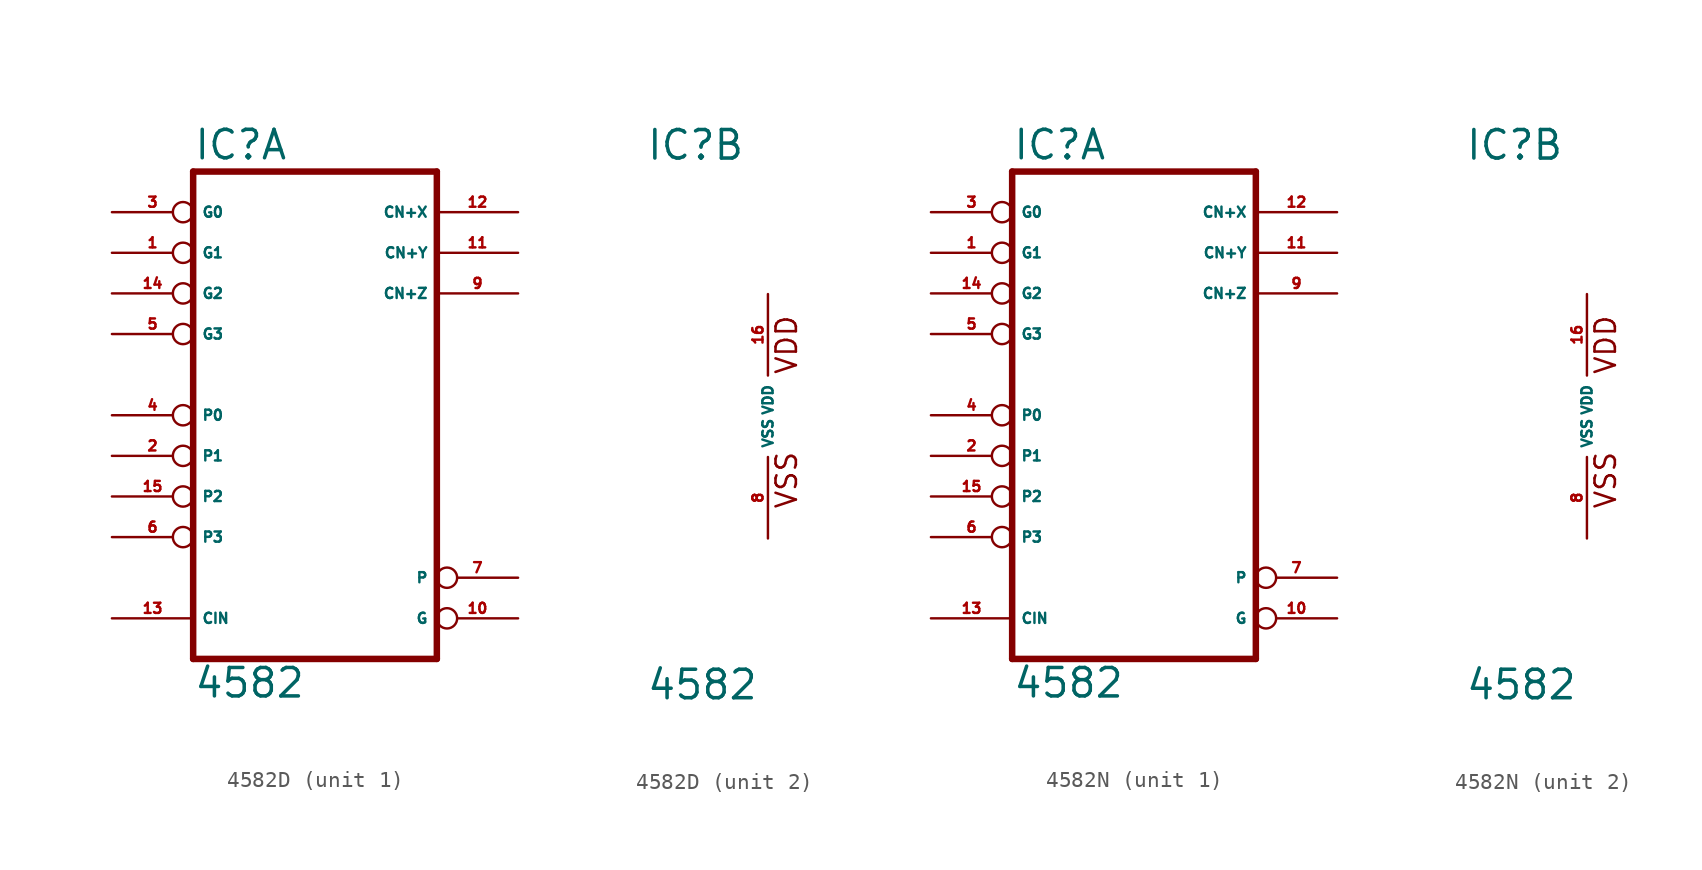
<source format=kicad_sym>
(kicad_symbol_lib
  (version 20220914)
  (generator Eagle2Kicad)
  (symbol "4582D"
    (property "Reference" "IC"
      (at -7.62 15.875 0)
      (effects (font (size 1.778 1.778) (thickness 0.22)) (justify left bottom)))
    (property "Value" "4582"
      (at -7.62 -17.78 0)
      (effects (font (size 1.778 1.778) (thickness 0.22)) (justify left bottom)))
    (symbol "4582D_1_0"
      (polyline (pts (xy -7.62 -15.24) (xy 7.62 -15.24)) (stroke (width 0.406) (type default)) (fill (type none)))
      (polyline (pts (xy 7.62 -15.24) (xy 7.62 15.24)) (stroke (width 0.406) (type default)) (fill (type none)))
      (polyline (pts (xy 7.62 15.24) (xy -7.62 15.24)) (stroke (width 0.406) (type default)) (fill (type none)))
      (polyline (pts (xy -7.62 15.24) (xy -7.62 -15.24)) (stroke (width 0.406) (type default)) (fill (type none)))
      (pin input inverted (at -12.7 10.16 0) (length 5.08) (name "G1" (effects (font (size 0.635 0.635) (thickness 0.08)) (justify left bottom))) (number "1" (effects (font (size 0.635 0.635) (thickness 0.08)) (justify left bottom))))
      (pin input inverted (at -12.7 -2.54 0) (length 5.08) (name "P1" (effects (font (size 0.635 0.635) (thickness 0.08)) (justify left bottom))) (number "2" (effects (font (size 0.635 0.635) (thickness 0.08)) (justify left bottom))))
      (pin input inverted (at -12.7 12.7 0) (length 5.08) (name "G0" (effects (font (size 0.635 0.635) (thickness 0.08)) (justify left bottom))) (number "3" (effects (font (size 0.635 0.635) (thickness 0.08)) (justify left bottom))))
      (pin input inverted (at -12.7 0 0) (length 5.08) (name "P0" (effects (font (size 0.635 0.635) (thickness 0.08)) (justify left bottom))) (number "4" (effects (font (size 0.635 0.635) (thickness 0.08)) (justify left bottom))))
      (pin input inverted (at -12.7 5.08 0) (length 5.08) (name "G3" (effects (font (size 0.635 0.635) (thickness 0.08)) (justify left bottom))) (number "5" (effects (font (size 0.635 0.635) (thickness 0.08)) (justify left bottom))))
      (pin input inverted (at -12.7 -7.62 0) (length 5.08) (name "P3" (effects (font (size 0.635 0.635) (thickness 0.08)) (justify left bottom))) (number "6" (effects (font (size 0.635 0.635) (thickness 0.08)) (justify left bottom))))
      (pin output inverted (at 12.7 -10.16 180) (length 5.08) (name "P" (effects (font (size 0.635 0.635) (thickness 0.08)) (justify left bottom))) (number "7" (effects (font (size 0.635 0.635) (thickness 0.08)) (justify left bottom))))
      (pin output line (at 12.7 7.62 180) (length 5.08) (name "CN+Z" (effects (font (size 0.635 0.635) (thickness 0.08)) (justify left bottom))) (number "9" (effects (font (size 0.635 0.635) (thickness 0.08)) (justify left bottom))))
      (pin output inverted (at 12.7 -12.7 180) (length 5.08) (name "G" (effects (font (size 0.635 0.635) (thickness 0.08)) (justify left bottom))) (number "10" (effects (font (size 0.635 0.635) (thickness 0.08)) (justify left bottom))))
      (pin output line (at 12.7 10.16 180) (length 5.08) (name "CN+Y" (effects (font (size 0.635 0.635) (thickness 0.08)) (justify left bottom))) (number "11" (effects (font (size 0.635 0.635) (thickness 0.08)) (justify left bottom))))
      (pin output line (at 12.7 12.7 180) (length 5.08) (name "CN+X" (effects (font (size 0.635 0.635) (thickness 0.08)) (justify left bottom))) (number "12" (effects (font (size 0.635 0.635) (thickness 0.08)) (justify left bottom))))
      (pin input line (at -12.7 -12.7 0) (length 5.08) (name "CIN" (effects (font (size 0.635 0.635) (thickness 0.08)) (justify left bottom))) (number "13" (effects (font (size 0.635 0.635) (thickness 0.08)) (justify left bottom))))
      (pin input inverted (at -12.7 7.62 0) (length 5.08) (name "G2" (effects (font (size 0.635 0.635) (thickness 0.08)) (justify left bottom))) (number "14" (effects (font (size 0.635 0.635) (thickness 0.08)) (justify left bottom))))
      (pin input inverted (at -12.7 -5.08 0) (length 5.08) (name "P2" (effects (font (size 0.635 0.635) (thickness 0.08)) (justify left bottom))) (number "15" (effects (font (size 0.635 0.635) (thickness 0.08)) (justify left bottom)))))
    (symbol "4582D_2_0"
      (text "VDD" (at 1.905 2.54 900) (effects (font (size 1.27 1.27) (thickness 0.16)) (justify left bottom)))
      (text "VSS" (at 1.905 -5.842 900) (effects (font (size 1.27 1.27) (thickness 0.16)) (justify left bottom)))
      (pin unspecified line (at 0 -7.62 90) (length 5.08) (name "VSS" (effects (font (size 0.635 0.635) (thickness 0.08)) (justify left bottom))) (number "8" (effects (font (size 0.635 0.635) (thickness 0.08)) (justify left bottom))))
      (pin unspecified line (at 0 7.62 270) (length 5.08) (name "VDD" (effects (font (size 0.635 0.635) (thickness 0.08)) (justify left bottom))) (number "16" (effects (font (size 0.635 0.635) (thickness 0.08)) (justify left bottom))))))
  (symbol "4582N"
    (property "Reference" "IC"
      (at -7.62 15.875 0)
      (effects (font (size 1.778 1.778) (thickness 0.22)) (justify left bottom)))
    (property "Value" "4582"
      (at -7.62 -17.78 0)
      (effects (font (size 1.778 1.778) (thickness 0.22)) (justify left bottom)))
    (symbol "4582N_1_0"
      (polyline (pts (xy -7.62 -15.24) (xy 7.62 -15.24)) (stroke (width 0.406) (type default)) (fill (type none)))
      (polyline (pts (xy 7.62 -15.24) (xy 7.62 15.24)) (stroke (width 0.406) (type default)) (fill (type none)))
      (polyline (pts (xy 7.62 15.24) (xy -7.62 15.24)) (stroke (width 0.406) (type default)) (fill (type none)))
      (polyline (pts (xy -7.62 15.24) (xy -7.62 -15.24)) (stroke (width 0.406) (type default)) (fill (type none)))
      (pin input inverted (at -12.7 10.16 0) (length 5.08) (name "G1" (effects (font (size 0.635 0.635) (thickness 0.08)) (justify left bottom))) (number "1" (effects (font (size 0.635 0.635) (thickness 0.08)) (justify left bottom))))
      (pin input inverted (at -12.7 -2.54 0) (length 5.08) (name "P1" (effects (font (size 0.635 0.635) (thickness 0.08)) (justify left bottom))) (number "2" (effects (font (size 0.635 0.635) (thickness 0.08)) (justify left bottom))))
      (pin input inverted (at -12.7 12.7 0) (length 5.08) (name "G0" (effects (font (size 0.635 0.635) (thickness 0.08)) (justify left bottom))) (number "3" (effects (font (size 0.635 0.635) (thickness 0.08)) (justify left bottom))))
      (pin input inverted (at -12.7 0 0) (length 5.08) (name "P0" (effects (font (size 0.635 0.635) (thickness 0.08)) (justify left bottom))) (number "4" (effects (font (size 0.635 0.635) (thickness 0.08)) (justify left bottom))))
      (pin input inverted (at -12.7 5.08 0) (length 5.08) (name "G3" (effects (font (size 0.635 0.635) (thickness 0.08)) (justify left bottom))) (number "5" (effects (font (size 0.635 0.635) (thickness 0.08)) (justify left bottom))))
      (pin input inverted (at -12.7 -7.62 0) (length 5.08) (name "P3" (effects (font (size 0.635 0.635) (thickness 0.08)) (justify left bottom))) (number "6" (effects (font (size 0.635 0.635) (thickness 0.08)) (justify left bottom))))
      (pin output inverted (at 12.7 -10.16 180) (length 5.08) (name "P" (effects (font (size 0.635 0.635) (thickness 0.08)) (justify left bottom))) (number "7" (effects (font (size 0.635 0.635) (thickness 0.08)) (justify left bottom))))
      (pin output line (at 12.7 7.62 180) (length 5.08) (name "CN+Z" (effects (font (size 0.635 0.635) (thickness 0.08)) (justify left bottom))) (number "9" (effects (font (size 0.635 0.635) (thickness 0.08)) (justify left bottom))))
      (pin output inverted (at 12.7 -12.7 180) (length 5.08) (name "G" (effects (font (size 0.635 0.635) (thickness 0.08)) (justify left bottom))) (number "10" (effects (font (size 0.635 0.635) (thickness 0.08)) (justify left bottom))))
      (pin output line (at 12.7 10.16 180) (length 5.08) (name "CN+Y" (effects (font (size 0.635 0.635) (thickness 0.08)) (justify left bottom))) (number "11" (effects (font (size 0.635 0.635) (thickness 0.08)) (justify left bottom))))
      (pin output line (at 12.7 12.7 180) (length 5.08) (name "CN+X" (effects (font (size 0.635 0.635) (thickness 0.08)) (justify left bottom))) (number "12" (effects (font (size 0.635 0.635) (thickness 0.08)) (justify left bottom))))
      (pin input line (at -12.7 -12.7 0) (length 5.08) (name "CIN" (effects (font (size 0.635 0.635) (thickness 0.08)) (justify left bottom))) (number "13" (effects (font (size 0.635 0.635) (thickness 0.08)) (justify left bottom))))
      (pin input inverted (at -12.7 7.62 0) (length 5.08) (name "G2" (effects (font (size 0.635 0.635) (thickness 0.08)) (justify left bottom))) (number "14" (effects (font (size 0.635 0.635) (thickness 0.08)) (justify left bottom))))
      (pin input inverted (at -12.7 -5.08 0) (length 5.08) (name "P2" (effects (font (size 0.635 0.635) (thickness 0.08)) (justify left bottom))) (number "15" (effects (font (size 0.635 0.635) (thickness 0.08)) (justify left bottom)))))
    (symbol "4582N_2_0"
      (text "VDD" (at 1.905 2.54 900) (effects (font (size 1.27 1.27) (thickness 0.16)) (justify left bottom)))
      (text "VSS" (at 1.905 -5.842 900) (effects (font (size 1.27 1.27) (thickness 0.16)) (justify left bottom)))
      (pin unspecified line (at 0 -7.62 90) (length 5.08) (name "VSS" (effects (font (size 0.635 0.635) (thickness 0.08)) (justify left bottom))) (number "8" (effects (font (size 0.635 0.635) (thickness 0.08)) (justify left bottom))))
      (pin unspecified line (at 0 7.62 270) (length 5.08) (name "VDD" (effects (font (size 0.635 0.635) (thickness 0.08)) (justify left bottom))) (number "16" (effects (font (size 0.635 0.635) (thickness 0.08)) (justify left bottom)))))))
</source>
